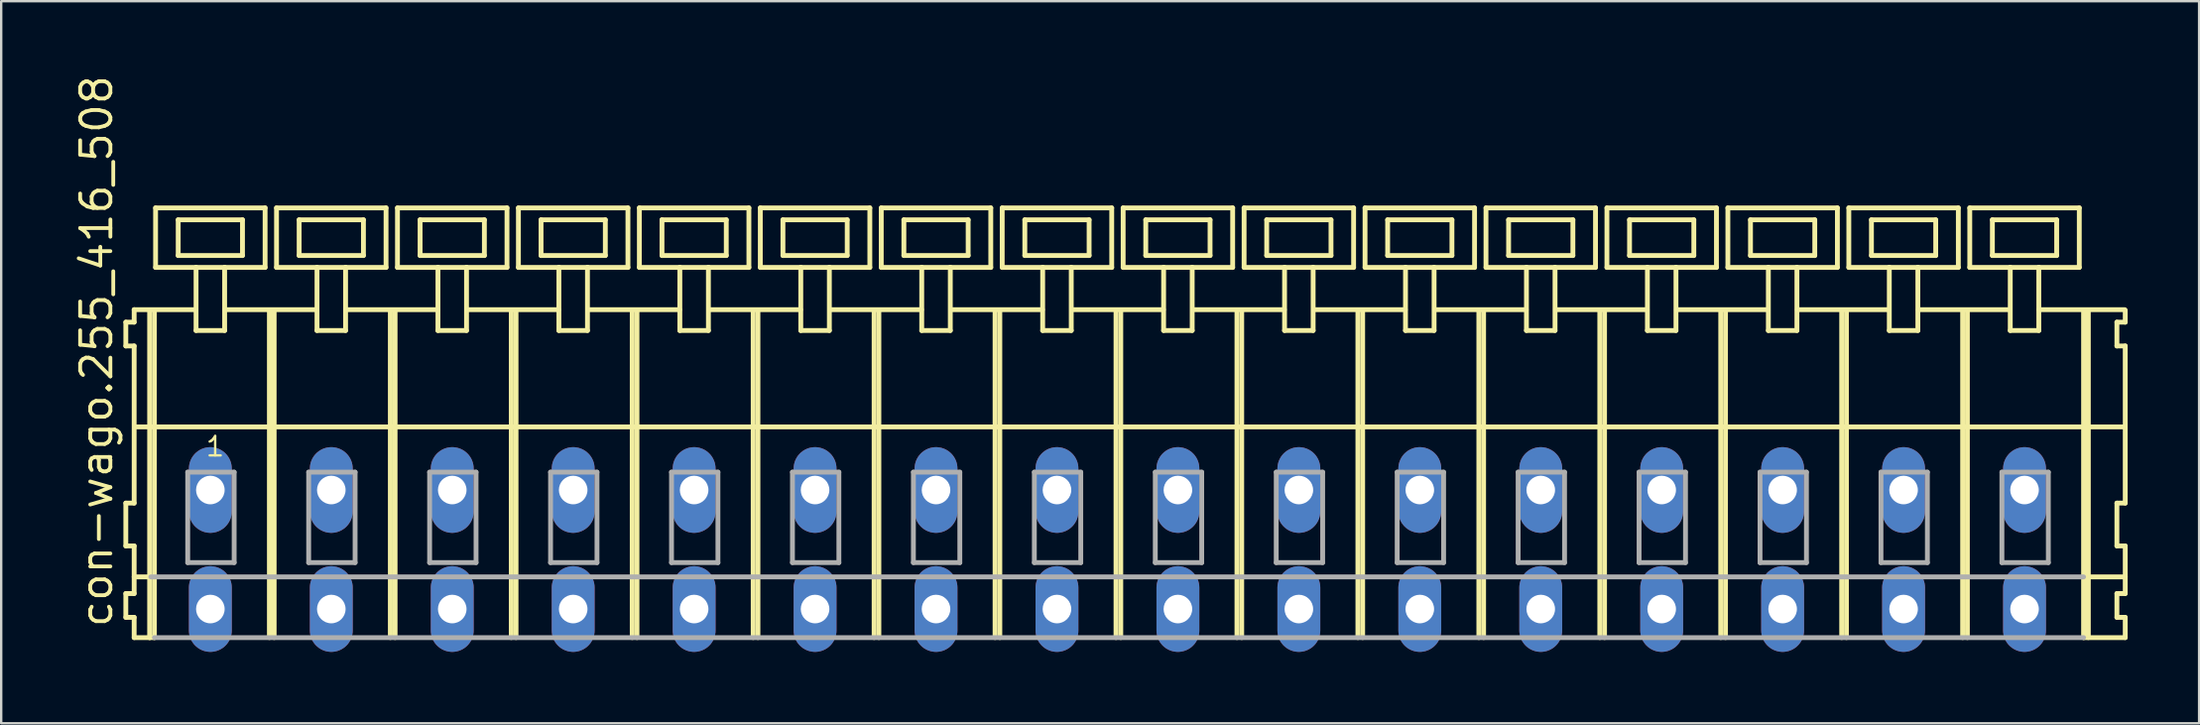
<source format=kicad_pcb>
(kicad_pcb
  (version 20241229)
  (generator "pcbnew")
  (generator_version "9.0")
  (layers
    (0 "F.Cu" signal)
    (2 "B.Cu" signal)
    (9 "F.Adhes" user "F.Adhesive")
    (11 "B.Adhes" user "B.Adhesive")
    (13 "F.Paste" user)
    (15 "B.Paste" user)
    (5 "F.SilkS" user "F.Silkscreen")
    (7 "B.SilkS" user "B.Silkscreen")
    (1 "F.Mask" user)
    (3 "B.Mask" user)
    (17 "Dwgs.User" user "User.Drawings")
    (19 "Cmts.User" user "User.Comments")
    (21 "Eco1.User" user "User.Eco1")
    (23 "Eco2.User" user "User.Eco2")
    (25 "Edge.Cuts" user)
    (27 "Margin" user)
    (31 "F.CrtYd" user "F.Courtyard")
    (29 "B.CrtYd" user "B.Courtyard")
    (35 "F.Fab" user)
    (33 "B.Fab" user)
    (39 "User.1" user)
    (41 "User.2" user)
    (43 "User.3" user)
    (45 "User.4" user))
  (footprint "con-wago.255_416_508"
    (layer "F.Cu")
    (at 43.885 17.533)
    (property "Reference" "con-wago.255_416_508" (at -42.135 5.855 90) (layer "F.SilkS") (effects (font (size 1.27 1.27) (thickness 0.16)) (justify left bottom)))
    (attr through_hole)
    (fp_line (start -41.65 -7.05) (end -41.65 -6.05) (stroke (width 0.203) (type default)) (layer "F.SilkS"))
    (fp_line (start -41.65 -6.05) (end -41.3 -6.05) (stroke (width 0.203) (type default)) (layer "F.SilkS"))
    (fp_line (start -41.65 0.55) (end -41.65 2.35) (stroke (width 0.203) (type default)) (layer "F.SilkS"))
    (fp_line (start -41.65 2.35) (end -41.3 2.35) (stroke (width 0.203) (type default)) (layer "F.SilkS"))
    (fp_line (start -41.65 4.35) (end -41.65 5.35) (stroke (width 0.203) (type default)) (layer "F.SilkS"))
    (fp_line (start -41.65 5.35) (end -41.3 5.35) (stroke (width 0.203) (type default)) (layer "F.SilkS"))
    (fp_line (start -41.3 -7.575) (end -41.3 -7.05) (stroke (width 0.203) (type default)) (layer "F.SilkS"))
    (fp_line (start -41.3 -7.575) (end -38.725 -7.575) (stroke (width 0.203) (type default)) (layer "F.SilkS"))
    (fp_line (start -41.3 -7.05) (end -41.65 -7.05) (stroke (width 0.203) (type default)) (layer "F.SilkS"))
    (fp_line (start -41.3 -6.05) (end -41.3 0.55) (stroke (width 0.203) (type default)) (layer "F.SilkS"))
    (fp_line (start -41.3 0.55) (end -41.65 0.55) (stroke (width 0.203) (type default)) (layer "F.SilkS"))
    (fp_line (start -41.3 2.35) (end -41.3 4.35) (stroke (width 0.203) (type default)) (layer "F.SilkS"))
    (fp_line (start -41.3 3.65) (end -40.6 3.65) (stroke (width 0.203) (type default)) (layer "F.SilkS"))
    (fp_line (start -41.3 4.35) (end -41.65 4.35) (stroke (width 0.203) (type default)) (layer "F.SilkS"))
    (fp_line (start -41.3 5.35) (end -41.3 6.2) (stroke (width 0.203) (type default)) (layer "F.SilkS"))
    (fp_line (start -41.3 6.2) (end -40.65 6.2) (stroke (width 0.203) (type default)) (layer "F.SilkS"))
    (fp_line (start -41.25 -2.65) (end 40.58 -2.65) (stroke (width 0.203) (type default)) (layer "F.SilkS"))
    (fp_line (start -40.65 -7.55) (end -40.65 6.2) (stroke (width 0.203) (type default)) (layer "F.SilkS"))
    (fp_line (start -40.65 6.2) (end -40.45 6.2) (stroke (width 0.203) (type default)) (layer "F.SilkS"))
    (fp_line (start -40.45 -7.55) (end -40.45 6.2) (stroke (width 0.203) (type default)) (layer "F.SilkS"))
    (fp_line (start -40.4 -11.85) (end -40.4 -9.35) (stroke (width 0.203) (type default)) (layer "F.SilkS"))
    (fp_line (start -40.4 -9.35) (end -38.7 -9.35) (stroke (width 0.203) (type default)) (layer "F.SilkS"))
    (fp_line (start -39.45 -11.35) (end -39.45 -9.85) (stroke (width 0.203) (type default)) (layer "F.SilkS"))
    (fp_line (start -39.45 -9.85) (end -36.75 -9.85) (stroke (width 0.203) (type default)) (layer "F.SilkS"))
    (fp_line (start -38.7 -9.35) (end -38.7 -6.7) (stroke (width 0.203) (type default)) (layer "F.SilkS"))
    (fp_line (start -38.7 -9.35) (end -37.5 -9.35) (stroke (width 0.203) (type default)) (layer "F.SilkS"))
    (fp_line (start -38.7 -6.7) (end -37.5 -6.7) (stroke (width 0.203) (type default)) (layer "F.SilkS"))
    (fp_line (start -37.5 -9.35) (end -35.8 -9.35) (stroke (width 0.203) (type default)) (layer "F.SilkS"))
    (fp_line (start -37.5 -6.7) (end -37.5 -9.35) (stroke (width 0.203) (type default)) (layer "F.SilkS"))
    (fp_line (start -37.475 -7.575) (end -33.641 -7.575) (stroke (width 0.203) (type default)) (layer "F.SilkS"))
    (fp_line (start -36.75 -11.35) (end -39.45 -11.35) (stroke (width 0.203) (type default)) (layer "F.SilkS"))
    (fp_line (start -36.75 -9.85) (end -36.75 -11.35) (stroke (width 0.203) (type default)) (layer "F.SilkS"))
    (fp_line (start -35.8 -11.85) (end -40.4 -11.85) (stroke (width 0.203) (type default)) (layer "F.SilkS"))
    (fp_line (start -35.8 -9.35) (end -35.8 -11.85) (stroke (width 0.203) (type default)) (layer "F.SilkS"))
    (fp_line (start -35.62 -7.55) (end -35.62 6.2) (stroke (width 0.203) (type default)) (layer "F.SilkS"))
    (fp_line (start -35.42 -7.55) (end -35.42 6.2) (stroke (width 0.203) (type default)) (layer "F.SilkS"))
    (fp_line (start -35.32 -11.85) (end -35.32 -9.35) (stroke (width 0.203) (type default)) (layer "F.SilkS"))
    (fp_line (start -35.32 -9.35) (end -33.62 -9.35) (stroke (width 0.203) (type default)) (layer "F.SilkS"))
    (fp_line (start -34.37 -11.35) (end -34.37 -9.85) (stroke (width 0.203) (type default)) (layer "F.SilkS"))
    (fp_line (start -34.37 -9.85) (end -31.67 -9.85) (stroke (width 0.203) (type default)) (layer "F.SilkS"))
    (fp_line (start -33.62 -9.35) (end -33.62 -6.7) (stroke (width 0.203) (type default)) (layer "F.SilkS"))
    (fp_line (start -33.62 -9.35) (end -32.42 -9.35) (stroke (width 0.203) (type default)) (layer "F.SilkS"))
    (fp_line (start -33.62 -6.7) (end -32.42 -6.7) (stroke (width 0.203) (type default)) (layer "F.SilkS"))
    (fp_line (start -32.42 -9.35) (end -30.72 -9.35) (stroke (width 0.203) (type default)) (layer "F.SilkS"))
    (fp_line (start -32.42 -6.7) (end -32.42 -9.35) (stroke (width 0.203) (type default)) (layer "F.SilkS"))
    (fp_line (start -32.395 -7.575) (end -28.55 -7.575) (stroke (width 0.203) (type default)) (layer "F.SilkS"))
    (fp_line (start -31.67 -11.35) (end -34.37 -11.35) (stroke (width 0.203) (type default)) (layer "F.SilkS"))
    (fp_line (start -31.67 -9.85) (end -31.67 -11.35) (stroke (width 0.203) (type default)) (layer "F.SilkS"))
    (fp_line (start -30.72 -11.85) (end -35.32 -11.85) (stroke (width 0.203) (type default)) (layer "F.SilkS"))
    (fp_line (start -30.72 -9.35) (end -30.72 -11.85) (stroke (width 0.203) (type default)) (layer "F.SilkS"))
    (fp_line (start -30.54 -7.55) (end -30.54 6.2) (stroke (width 0.203) (type default)) (layer "F.SilkS"))
    (fp_line (start -30.34 -7.55) (end -30.34 6.2) (stroke (width 0.203) (type default)) (layer "F.SilkS"))
    (fp_line (start -30.24 -11.85) (end -30.24 -9.35) (stroke (width 0.203) (type default)) (layer "F.SilkS"))
    (fp_line (start -30.24 -9.35) (end -28.54 -9.35) (stroke (width 0.203) (type default)) (layer "F.SilkS"))
    (fp_line (start -29.29 -11.35) (end -29.29 -9.85) (stroke (width 0.203) (type default)) (layer "F.SilkS"))
    (fp_line (start -29.29 -9.85) (end -26.59 -9.85) (stroke (width 0.203) (type default)) (layer "F.SilkS"))
    (fp_line (start -28.54 -9.35) (end -28.54 -6.7) (stroke (width 0.203) (type default)) (layer "F.SilkS"))
    (fp_line (start -28.54 -9.35) (end -27.34 -9.35) (stroke (width 0.203) (type default)) (layer "F.SilkS"))
    (fp_line (start -28.54 -6.7) (end -27.34 -6.7) (stroke (width 0.203) (type default)) (layer "F.SilkS"))
    (fp_line (start -27.34 -9.35) (end -25.64 -9.35) (stroke (width 0.203) (type default)) (layer "F.SilkS"))
    (fp_line (start -27.34 -6.7) (end -27.34 -9.35) (stroke (width 0.203) (type default)) (layer "F.SilkS"))
    (fp_line (start -27.315 -7.575) (end -23.47 -7.575) (stroke (width 0.203) (type default)) (layer "F.SilkS"))
    (fp_line (start -26.59 -11.35) (end -29.29 -11.35) (stroke (width 0.203) (type default)) (layer "F.SilkS"))
    (fp_line (start -26.59 -9.85) (end -26.59 -11.35) (stroke (width 0.203) (type default)) (layer "F.SilkS"))
    (fp_line (start -25.64 -11.85) (end -30.24 -11.85) (stroke (width 0.203) (type default)) (layer "F.SilkS"))
    (fp_line (start -25.64 -9.35) (end -25.64 -11.85) (stroke (width 0.203) (type default)) (layer "F.SilkS"))
    (fp_line (start -25.46 -7.55) (end -25.46 6.2) (stroke (width 0.203) (type default)) (layer "F.SilkS"))
    (fp_line (start -25.26 -7.55) (end -25.26 6.2) (stroke (width 0.203) (type default)) (layer "F.SilkS"))
    (fp_line (start -25.16 -11.85) (end -25.16 -9.35) (stroke (width 0.203) (type default)) (layer "F.SilkS"))
    (fp_line (start -25.16 -9.35) (end -23.46 -9.35) (stroke (width 0.203) (type default)) (layer "F.SilkS"))
    (fp_line (start -24.21 -11.35) (end -24.21 -9.85) (stroke (width 0.203) (type default)) (layer "F.SilkS"))
    (fp_line (start -24.21 -9.85) (end -21.51 -9.85) (stroke (width 0.203) (type default)) (layer "F.SilkS"))
    (fp_line (start -23.46 -9.35) (end -23.46 -6.7) (stroke (width 0.203) (type default)) (layer "F.SilkS"))
    (fp_line (start -23.46 -9.35) (end -22.26 -9.35) (stroke (width 0.203) (type default)) (layer "F.SilkS"))
    (fp_line (start -23.46 -6.7) (end -22.26 -6.7) (stroke (width 0.203) (type default)) (layer "F.SilkS"))
    (fp_line (start -22.26 -9.35) (end -20.56 -9.35) (stroke (width 0.203) (type default)) (layer "F.SilkS"))
    (fp_line (start -22.26 -6.7) (end -22.26 -9.35) (stroke (width 0.203) (type default)) (layer "F.SilkS"))
    (fp_line (start -22.235 -7.575) (end -18.39 -7.575) (stroke (width 0.203) (type default)) (layer "F.SilkS"))
    (fp_line (start -21.51 -11.35) (end -24.21 -11.35) (stroke (width 0.203) (type default)) (layer "F.SilkS"))
    (fp_line (start -21.51 -9.85) (end -21.51 -11.35) (stroke (width 0.203) (type default)) (layer "F.SilkS"))
    (fp_line (start -20.56 -11.85) (end -25.16 -11.85) (stroke (width 0.203) (type default)) (layer "F.SilkS"))
    (fp_line (start -20.56 -9.35) (end -20.56 -11.85) (stroke (width 0.203) (type default)) (layer "F.SilkS"))
    (fp_line (start -20.38 -7.55) (end -20.38 6.2) (stroke (width 0.203) (type default)) (layer "F.SilkS"))
    (fp_line (start -20.18 -7.55) (end -20.18 6.2) (stroke (width 0.203) (type default)) (layer "F.SilkS"))
    (fp_line (start -20.08 -11.85) (end -20.08 -9.35) (stroke (width 0.203) (type default)) (layer "F.SilkS"))
    (fp_line (start -20.08 -9.35) (end -18.38 -9.35) (stroke (width 0.203) (type default)) (layer "F.SilkS"))
    (fp_line (start -19.13 -11.35) (end -19.13 -9.85) (stroke (width 0.203) (type default)) (layer "F.SilkS"))
    (fp_line (start -19.13 -9.85) (end -16.43 -9.85) (stroke (width 0.203) (type default)) (layer "F.SilkS"))
    (fp_line (start -18.38 -9.35) (end -18.38 -6.7) (stroke (width 0.203) (type default)) (layer "F.SilkS"))
    (fp_line (start -18.38 -9.35) (end -17.18 -9.35) (stroke (width 0.203) (type default)) (layer "F.SilkS"))
    (fp_line (start -18.38 -6.7) (end -17.18 -6.7) (stroke (width 0.203) (type default)) (layer "F.SilkS"))
    (fp_line (start -17.18 -9.35) (end -15.48 -9.35) (stroke (width 0.203) (type default)) (layer "F.SilkS"))
    (fp_line (start -17.18 -6.7) (end -17.18 -9.35) (stroke (width 0.203) (type default)) (layer "F.SilkS"))
    (fp_line (start -17.155 -7.575) (end -13.31 -7.575) (stroke (width 0.203) (type default)) (layer "F.SilkS"))
    (fp_line (start -16.43 -11.35) (end -19.13 -11.35) (stroke (width 0.203) (type default)) (layer "F.SilkS"))
    (fp_line (start -16.43 -9.85) (end -16.43 -11.35) (stroke (width 0.203) (type default)) (layer "F.SilkS"))
    (fp_line (start -15.48 -11.85) (end -20.08 -11.85) (stroke (width 0.203) (type default)) (layer "F.SilkS"))
    (fp_line (start -15.48 -9.35) (end -15.48 -11.85) (stroke (width 0.203) (type default)) (layer "F.SilkS"))
    (fp_line (start -15.3 -7.55) (end -15.3 6.2) (stroke (width 0.203) (type default)) (layer "F.SilkS"))
    (fp_line (start -15.1 -7.55) (end -15.1 6.2) (stroke (width 0.203) (type default)) (layer "F.SilkS"))
    (fp_line (start -15 -11.85) (end -15 -9.35) (stroke (width 0.203) (type default)) (layer "F.SilkS"))
    (fp_line (start -15 -9.35) (end -13.3 -9.35) (stroke (width 0.203) (type default)) (layer "F.SilkS"))
    (fp_line (start -14.05 -11.35) (end -14.05 -9.85) (stroke (width 0.203) (type default)) (layer "F.SilkS"))
    (fp_line (start -14.05 -9.85) (end -11.35 -9.85) (stroke (width 0.203) (type default)) (layer "F.SilkS"))
    (fp_line (start -13.3 -9.35) (end -13.3 -6.7) (stroke (width 0.203) (type default)) (layer "F.SilkS"))
    (fp_line (start -13.3 -9.35) (end -12.1 -9.35) (stroke (width 0.203) (type default)) (layer "F.SilkS"))
    (fp_line (start -13.3 -6.7) (end -12.1 -6.7) (stroke (width 0.203) (type default)) (layer "F.SilkS"))
    (fp_line (start -12.1 -9.35) (end -10.4 -9.35) (stroke (width 0.203) (type default)) (layer "F.SilkS"))
    (fp_line (start -12.1 -6.7) (end -12.1 -9.35) (stroke (width 0.203) (type default)) (layer "F.SilkS"))
    (fp_line (start -12.075 -7.575) (end -8.23 -7.575) (stroke (width 0.203) (type default)) (layer "F.SilkS"))
    (fp_line (start -11.35 -11.35) (end -14.05 -11.35) (stroke (width 0.203) (type default)) (layer "F.SilkS"))
    (fp_line (start -11.35 -9.85) (end -11.35 -11.35) (stroke (width 0.203) (type default)) (layer "F.SilkS"))
    (fp_line (start -10.4 -11.85) (end -15 -11.85) (stroke (width 0.203) (type default)) (layer "F.SilkS"))
    (fp_line (start -10.4 -9.35) (end -10.4 -11.85) (stroke (width 0.203) (type default)) (layer "F.SilkS"))
    (fp_line (start -10.22 -7.55) (end -10.22 6.2) (stroke (width 0.203) (type default)) (layer "F.SilkS"))
    (fp_line (start -10.02 -7.55) (end -10.02 6.2) (stroke (width 0.203) (type default)) (layer "F.SilkS"))
    (fp_line (start -9.92 -11.85) (end -9.92 -9.35) (stroke (width 0.203) (type default)) (layer "F.SilkS"))
    (fp_line (start -9.92 -9.35) (end -8.22 -9.35) (stroke (width 0.203) (type default)) (layer "F.SilkS"))
    (fp_line (start -8.97 -11.35) (end -8.97 -9.85) (stroke (width 0.203) (type default)) (layer "F.SilkS"))
    (fp_line (start -8.97 -9.85) (end -6.27 -9.85) (stroke (width 0.203) (type default)) (layer "F.SilkS"))
    (fp_line (start -8.22 -9.35) (end -8.22 -6.7) (stroke (width 0.203) (type default)) (layer "F.SilkS"))
    (fp_line (start -8.22 -9.35) (end -7.02 -9.35) (stroke (width 0.203) (type default)) (layer "F.SilkS"))
    (fp_line (start -8.22 -6.7) (end -7.02 -6.7) (stroke (width 0.203) (type default)) (layer "F.SilkS"))
    (fp_line (start -7.02 -9.35) (end -5.32 -9.35) (stroke (width 0.203) (type default)) (layer "F.SilkS"))
    (fp_line (start -7.02 -6.7) (end -7.02 -9.35) (stroke (width 0.203) (type default)) (layer "F.SilkS"))
    (fp_line (start -6.995 -7.575) (end -3.15 -7.575) (stroke (width 0.203) (type default)) (layer "F.SilkS"))
    (fp_line (start -6.27 -11.35) (end -8.97 -11.35) (stroke (width 0.203) (type default)) (layer "F.SilkS"))
    (fp_line (start -6.27 -9.85) (end -6.27 -11.35) (stroke (width 0.203) (type default)) (layer "F.SilkS"))
    (fp_line (start -5.32 -11.85) (end -9.92 -11.85) (stroke (width 0.203) (type default)) (layer "F.SilkS"))
    (fp_line (start -5.32 -9.35) (end -5.32 -11.85) (stroke (width 0.203) (type default)) (layer "F.SilkS"))
    (fp_line (start -5.14 -7.55) (end -5.14 6.2) (stroke (width 0.203) (type default)) (layer "F.SilkS"))
    (fp_line (start -4.94 -7.55) (end -4.94 6.2) (stroke (width 0.203) (type default)) (layer "F.SilkS"))
    (fp_line (start -4.84 -11.85) (end -4.84 -9.35) (stroke (width 0.203) (type default)) (layer "F.SilkS"))
    (fp_line (start -4.84 -9.35) (end -3.14 -9.35) (stroke (width 0.203) (type default)) (layer "F.SilkS"))
    (fp_line (start -3.89 -11.35) (end -3.89 -9.85) (stroke (width 0.203) (type default)) (layer "F.SilkS"))
    (fp_line (start -3.89 -9.85) (end -1.19 -9.85) (stroke (width 0.203) (type default)) (layer "F.SilkS"))
    (fp_line (start -3.14 -9.35) (end -3.14 -6.7) (stroke (width 0.203) (type default)) (layer "F.SilkS"))
    (fp_line (start -3.14 -9.35) (end -1.94 -9.35) (stroke (width 0.203) (type default)) (layer "F.SilkS"))
    (fp_line (start -3.14 -6.7) (end -1.94 -6.7) (stroke (width 0.203) (type default)) (layer "F.SilkS"))
    (fp_line (start -1.94 -9.35) (end -0.24 -9.35) (stroke (width 0.203) (type default)) (layer "F.SilkS"))
    (fp_line (start -1.94 -6.7) (end -1.94 -9.35) (stroke (width 0.203) (type default)) (layer "F.SilkS"))
    (fp_line (start -1.915 -7.575) (end 1.93 -7.575) (stroke (width 0.203) (type default)) (layer "F.SilkS"))
    (fp_line (start -1.19 -11.35) (end -3.89 -11.35) (stroke (width 0.203) (type default)) (layer "F.SilkS"))
    (fp_line (start -1.19 -9.85) (end -1.19 -11.35) (stroke (width 0.203) (type default)) (layer "F.SilkS"))
    (fp_line (start -0.24 -11.85) (end -4.84 -11.85) (stroke (width 0.203) (type default)) (layer "F.SilkS"))
    (fp_line (start -0.24 -9.35) (end -0.24 -11.85) (stroke (width 0.203) (type default)) (layer "F.SilkS"))
    (fp_line (start -0.06 -7.55) (end -0.06 6.2) (stroke (width 0.203) (type default)) (layer "F.SilkS"))
    (fp_line (start 0.14 -7.55) (end 0.14 6.2) (stroke (width 0.203) (type default)) (layer "F.SilkS"))
    (fp_line (start 0.24 -11.85) (end 0.24 -9.35) (stroke (width 0.203) (type default)) (layer "F.SilkS"))
    (fp_line (start 0.24 -9.35) (end 1.94 -9.35) (stroke (width 0.203) (type default)) (layer "F.SilkS"))
    (fp_line (start 1.19 -11.35) (end 1.19 -9.85) (stroke (width 0.203) (type default)) (layer "F.SilkS"))
    (fp_line (start 1.19 -9.85) (end 3.89 -9.85) (stroke (width 0.203) (type default)) (layer "F.SilkS"))
    (fp_line (start 1.94 -9.35) (end 1.94 -6.7) (stroke (width 0.203) (type default)) (layer "F.SilkS"))
    (fp_line (start 1.94 -9.35) (end 3.14 -9.35) (stroke (width 0.203) (type default)) (layer "F.SilkS"))
    (fp_line (start 1.94 -6.7) (end 3.14 -6.7) (stroke (width 0.203) (type default)) (layer "F.SilkS"))
    (fp_line (start 3.14 -9.35) (end 4.84 -9.35) (stroke (width 0.203) (type default)) (layer "F.SilkS"))
    (fp_line (start 3.14 -6.7) (end 3.14 -9.35) (stroke (width 0.203) (type default)) (layer "F.SilkS"))
    (fp_line (start 3.165 -7.575) (end 7.01 -7.575) (stroke (width 0.203) (type default)) (layer "F.SilkS"))
    (fp_line (start 3.89 -11.35) (end 1.19 -11.35) (stroke (width 0.203) (type default)) (layer "F.SilkS"))
    (fp_line (start 3.89 -9.85) (end 3.89 -11.35) (stroke (width 0.203) (type default)) (layer "F.SilkS"))
    (fp_line (start 4.84 -11.85) (end 0.24 -11.85) (stroke (width 0.203) (type default)) (layer "F.SilkS"))
    (fp_line (start 4.84 -9.35) (end 4.84 -11.85) (stroke (width 0.203) (type default)) (layer "F.SilkS"))
    (fp_line (start 5.02 -7.55) (end 5.02 6.2) (stroke (width 0.203) (type default)) (layer "F.SilkS"))
    (fp_line (start 5.22 -7.55) (end 5.22 6.2) (stroke (width 0.203) (type default)) (layer "F.SilkS"))
    (fp_line (start 5.32 -11.85) (end 5.32 -9.35) (stroke (width 0.203) (type default)) (layer "F.SilkS"))
    (fp_line (start 5.32 -9.35) (end 7.02 -9.35) (stroke (width 0.203) (type default)) (layer "F.SilkS"))
    (fp_line (start 6.27 -11.35) (end 6.27 -9.85) (stroke (width 0.203) (type default)) (layer "F.SilkS"))
    (fp_line (start 6.27 -9.85) (end 8.97 -9.85) (stroke (width 0.203) (type default)) (layer "F.SilkS"))
    (fp_line (start 7.02 -9.35) (end 7.02 -6.7) (stroke (width 0.203) (type default)) (layer "F.SilkS"))
    (fp_line (start 7.02 -9.35) (end 8.22 -9.35) (stroke (width 0.203) (type default)) (layer "F.SilkS"))
    (fp_line (start 7.02 -6.7) (end 8.22 -6.7) (stroke (width 0.203) (type default)) (layer "F.SilkS"))
    (fp_line (start 8.22 -9.35) (end 9.92 -9.35) (stroke (width 0.203) (type default)) (layer "F.SilkS"))
    (fp_line (start 8.22 -6.7) (end 8.22 -9.35) (stroke (width 0.203) (type default)) (layer "F.SilkS"))
    (fp_line (start 8.245 -7.575) (end 12.09 -7.575) (stroke (width 0.203) (type default)) (layer "F.SilkS"))
    (fp_line (start 8.97 -11.35) (end 6.27 -11.35) (stroke (width 0.203) (type default)) (layer "F.SilkS"))
    (fp_line (start 8.97 -9.85) (end 8.97 -11.35) (stroke (width 0.203) (type default)) (layer "F.SilkS"))
    (fp_line (start 9.92 -11.85) (end 5.32 -11.85) (stroke (width 0.203) (type default)) (layer "F.SilkS"))
    (fp_line (start 9.92 -9.35) (end 9.92 -11.85) (stroke (width 0.203) (type default)) (layer "F.SilkS"))
    (fp_line (start 10.1 -7.55) (end 10.1 6.2) (stroke (width 0.203) (type default)) (layer "F.SilkS"))
    (fp_line (start 10.3 -7.55) (end 10.3 6.2) (stroke (width 0.203) (type default)) (layer "F.SilkS"))
    (fp_line (start 10.4 -11.85) (end 10.4 -9.35) (stroke (width 0.203) (type default)) (layer "F.SilkS"))
    (fp_line (start 10.4 -9.35) (end 12.1 -9.35) (stroke (width 0.203) (type default)) (layer "F.SilkS"))
    (fp_line (start 11.35 -11.35) (end 11.35 -9.85) (stroke (width 0.203) (type default)) (layer "F.SilkS"))
    (fp_line (start 11.35 -9.85) (end 14.05 -9.85) (stroke (width 0.203) (type default)) (layer "F.SilkS"))
    (fp_line (start 12.1 -9.35) (end 12.1 -6.7) (stroke (width 0.203) (type default)) (layer "F.SilkS"))
    (fp_line (start 12.1 -9.35) (end 13.3 -9.35) (stroke (width 0.203) (type default)) (layer "F.SilkS"))
    (fp_line (start 12.1 -6.7) (end 13.3 -6.7) (stroke (width 0.203) (type default)) (layer "F.SilkS"))
    (fp_line (start 13.3 -9.35) (end 15 -9.35) (stroke (width 0.203) (type default)) (layer "F.SilkS"))
    (fp_line (start 13.3 -6.7) (end 13.3 -9.35) (stroke (width 0.203) (type default)) (layer "F.SilkS"))
    (fp_line (start 13.325 -7.575) (end 17.17 -7.575) (stroke (width 0.203) (type default)) (layer "F.SilkS"))
    (fp_line (start 14.05 -11.35) (end 11.35 -11.35) (stroke (width 0.203) (type default)) (layer "F.SilkS"))
    (fp_line (start 14.05 -9.85) (end 14.05 -11.35) (stroke (width 0.203) (type default)) (layer "F.SilkS"))
    (fp_line (start 15 -11.85) (end 10.4 -11.85) (stroke (width 0.203) (type default)) (layer "F.SilkS"))
    (fp_line (start 15 -9.35) (end 15 -11.85) (stroke (width 0.203) (type default)) (layer "F.SilkS"))
    (fp_line (start 15.18 -7.55) (end 15.18 6.2) (stroke (width 0.203) (type default)) (layer "F.SilkS"))
    (fp_line (start 15.38 -7.55) (end 15.38 6.2) (stroke (width 0.203) (type default)) (layer "F.SilkS"))
    (fp_line (start 15.48 -11.85) (end 15.48 -9.35) (stroke (width 0.203) (type default)) (layer "F.SilkS"))
    (fp_line (start 15.48 -9.35) (end 17.18 -9.35) (stroke (width 0.203) (type default)) (layer "F.SilkS"))
    (fp_line (start 16.43 -11.35) (end 16.43 -9.85) (stroke (width 0.203) (type default)) (layer "F.SilkS"))
    (fp_line (start 16.43 -9.85) (end 19.13 -9.85) (stroke (width 0.203) (type default)) (layer "F.SilkS"))
    (fp_line (start 17.18 -9.35) (end 17.18 -6.7) (stroke (width 0.203) (type default)) (layer "F.SilkS"))
    (fp_line (start 17.18 -9.35) (end 18.38 -9.35) (stroke (width 0.203) (type default)) (layer "F.SilkS"))
    (fp_line (start 17.18 -6.7) (end 18.38 -6.7) (stroke (width 0.203) (type default)) (layer "F.SilkS"))
    (fp_line (start 18.38 -9.35) (end 20.08 -9.35) (stroke (width 0.203) (type default)) (layer "F.SilkS"))
    (fp_line (start 18.38 -6.7) (end 18.38 -9.35) (stroke (width 0.203) (type default)) (layer "F.SilkS"))
    (fp_line (start 18.405 -7.575) (end 22.25 -7.575) (stroke (width 0.203) (type default)) (layer "F.SilkS"))
    (fp_line (start 19.13 -11.35) (end 16.43 -11.35) (stroke (width 0.203) (type default)) (layer "F.SilkS"))
    (fp_line (start 19.13 -9.85) (end 19.13 -11.35) (stroke (width 0.203) (type default)) (layer "F.SilkS"))
    (fp_line (start 20.08 -11.85) (end 15.48 -11.85) (stroke (width 0.203) (type default)) (layer "F.SilkS"))
    (fp_line (start 20.08 -9.35) (end 20.08 -11.85) (stroke (width 0.203) (type default)) (layer "F.SilkS"))
    (fp_line (start 20.26 -7.55) (end 20.26 6.2) (stroke (width 0.203) (type default)) (layer "F.SilkS"))
    (fp_line (start 20.46 -7.55) (end 20.46 6.2) (stroke (width 0.203) (type default)) (layer "F.SilkS"))
    (fp_line (start 20.56 -11.85) (end 20.56 -9.35) (stroke (width 0.203) (type default)) (layer "F.SilkS"))
    (fp_line (start 20.56 -9.35) (end 22.26 -9.35) (stroke (width 0.203) (type default)) (layer "F.SilkS"))
    (fp_line (start 21.51 -11.35) (end 21.51 -9.85) (stroke (width 0.203) (type default)) (layer "F.SilkS"))
    (fp_line (start 21.51 -9.85) (end 24.21 -9.85) (stroke (width 0.203) (type default)) (layer "F.SilkS"))
    (fp_line (start 22.26 -9.35) (end 22.26 -6.7) (stroke (width 0.203) (type default)) (layer "F.SilkS"))
    (fp_line (start 22.26 -9.35) (end 23.46 -9.35) (stroke (width 0.203) (type default)) (layer "F.SilkS"))
    (fp_line (start 22.26 -6.7) (end 23.46 -6.7) (stroke (width 0.203) (type default)) (layer "F.SilkS"))
    (fp_line (start 23.46 -9.35) (end 25.16 -9.35) (stroke (width 0.203) (type default)) (layer "F.SilkS"))
    (fp_line (start 23.46 -6.7) (end 23.46 -9.35) (stroke (width 0.203) (type default)) (layer "F.SilkS"))
    (fp_line (start 23.485 -7.575) (end 27.33 -7.575) (stroke (width 0.203) (type default)) (layer "F.SilkS"))
    (fp_line (start 24.21 -11.35) (end 21.51 -11.35) (stroke (width 0.203) (type default)) (layer "F.SilkS"))
    (fp_line (start 24.21 -9.85) (end 24.21 -11.35) (stroke (width 0.203) (type default)) (layer "F.SilkS"))
    (fp_line (start 25.16 -11.85) (end 20.56 -11.85) (stroke (width 0.203) (type default)) (layer "F.SilkS"))
    (fp_line (start 25.16 -9.35) (end 25.16 -11.85) (stroke (width 0.203) (type default)) (layer "F.SilkS"))
    (fp_line (start 25.34 -7.55) (end 25.34 6.2) (stroke (width 0.203) (type default)) (layer "F.SilkS"))
    (fp_line (start 25.54 -7.55) (end 25.54 6.2) (stroke (width 0.203) (type default)) (layer "F.SilkS"))
    (fp_line (start 25.64 -11.85) (end 25.64 -9.35) (stroke (width 0.203) (type default)) (layer "F.SilkS"))
    (fp_line (start 25.64 -9.35) (end 27.34 -9.35) (stroke (width 0.203) (type default)) (layer "F.SilkS"))
    (fp_line (start 26.59 -11.35) (end 26.59 -9.85) (stroke (width 0.203) (type default)) (layer "F.SilkS"))
    (fp_line (start 26.59 -9.85) (end 29.29 -9.85) (stroke (width 0.203) (type default)) (layer "F.SilkS"))
    (fp_line (start 27.34 -9.35) (end 27.34 -6.7) (stroke (width 0.203) (type default)) (layer "F.SilkS"))
    (fp_line (start 27.34 -9.35) (end 28.54 -9.35) (stroke (width 0.203) (type default)) (layer "F.SilkS"))
    (fp_line (start 27.34 -6.7) (end 28.54 -6.7) (stroke (width 0.203) (type default)) (layer "F.SilkS"))
    (fp_line (start 28.54 -9.35) (end 30.24 -9.35) (stroke (width 0.203) (type default)) (layer "F.SilkS"))
    (fp_line (start 28.54 -6.7) (end 28.54 -9.35) (stroke (width 0.203) (type default)) (layer "F.SilkS"))
    (fp_line (start 28.565 -7.575) (end 32.41 -7.575) (stroke (width 0.203) (type default)) (layer "F.SilkS"))
    (fp_line (start 29.29 -11.35) (end 26.59 -11.35) (stroke (width 0.203) (type default)) (layer "F.SilkS"))
    (fp_line (start 29.29 -9.85) (end 29.29 -11.35) (stroke (width 0.203) (type default)) (layer "F.SilkS"))
    (fp_line (start 30.24 -11.85) (end 25.64 -11.85) (stroke (width 0.203) (type default)) (layer "F.SilkS"))
    (fp_line (start 30.24 -9.35) (end 30.24 -11.85) (stroke (width 0.203) (type default)) (layer "F.SilkS"))
    (fp_line (start 30.42 -7.55) (end 30.42 6.2) (stroke (width 0.203) (type default)) (layer "F.SilkS"))
    (fp_line (start 30.62 -7.55) (end 30.62 6.2) (stroke (width 0.203) (type default)) (layer "F.SilkS"))
    (fp_line (start 30.72 -11.85) (end 30.72 -9.35) (stroke (width 0.203) (type default)) (layer "F.SilkS"))
    (fp_line (start 30.72 -9.35) (end 32.42 -9.35) (stroke (width 0.203) (type default)) (layer "F.SilkS"))
    (fp_line (start 31.67 -11.35) (end 31.67 -9.85) (stroke (width 0.203) (type default)) (layer "F.SilkS"))
    (fp_line (start 31.67 -9.85) (end 34.37 -9.85) (stroke (width 0.203) (type default)) (layer "F.SilkS"))
    (fp_line (start 32.42 -9.35) (end 32.42 -6.7) (stroke (width 0.203) (type default)) (layer "F.SilkS"))
    (fp_line (start 32.42 -9.35) (end 33.62 -9.35) (stroke (width 0.203) (type default)) (layer "F.SilkS"))
    (fp_line (start 32.42 -6.7) (end 33.62 -6.7) (stroke (width 0.203) (type default)) (layer "F.SilkS"))
    (fp_line (start 33.62 -9.35) (end 35.32 -9.35) (stroke (width 0.203) (type default)) (layer "F.SilkS"))
    (fp_line (start 33.62 -6.7) (end 33.62 -9.35) (stroke (width 0.203) (type default)) (layer "F.SilkS"))
    (fp_line (start 33.645 -7.575) (end 37.49 -7.575) (stroke (width 0.203) (type default)) (layer "F.SilkS"))
    (fp_line (start 34.37 -11.35) (end 31.67 -11.35) (stroke (width 0.203) (type default)) (layer "F.SilkS"))
    (fp_line (start 34.37 -9.85) (end 34.37 -11.35) (stroke (width 0.203) (type default)) (layer "F.SilkS"))
    (fp_line (start 35.32 -11.85) (end 30.72 -11.85) (stroke (width 0.203) (type default)) (layer "F.SilkS"))
    (fp_line (start 35.32 -9.35) (end 35.32 -11.85) (stroke (width 0.203) (type default)) (layer "F.SilkS"))
    (fp_line (start 35.5 -7.55) (end 35.5 6.2) (stroke (width 0.203) (type default)) (layer "F.SilkS"))
    (fp_line (start 35.7 -7.55) (end 35.7 6.2) (stroke (width 0.203) (type default)) (layer "F.SilkS"))
    (fp_line (start 35.8 -11.85) (end 35.8 -9.35) (stroke (width 0.203) (type default)) (layer "F.SilkS"))
    (fp_line (start 35.8 -9.35) (end 37.5 -9.35) (stroke (width 0.203) (type default)) (layer "F.SilkS"))
    (fp_line (start 36.75 -11.35) (end 36.75 -9.85) (stroke (width 0.203) (type default)) (layer "F.SilkS"))
    (fp_line (start 36.75 -9.85) (end 39.45 -9.85) (stroke (width 0.203) (type default)) (layer "F.SilkS"))
    (fp_line (start 37.5 -9.35) (end 37.5 -6.7) (stroke (width 0.203) (type default)) (layer "F.SilkS"))
    (fp_line (start 37.5 -9.35) (end 38.7 -9.35) (stroke (width 0.203) (type default)) (layer "F.SilkS"))
    (fp_line (start 37.5 -6.7) (end 38.7 -6.7) (stroke (width 0.203) (type default)) (layer "F.SilkS"))
    (fp_line (start 38.7 -9.35) (end 40.4 -9.35) (stroke (width 0.203) (type default)) (layer "F.SilkS"))
    (fp_line (start 38.7 -6.7) (end 38.7 -9.35) (stroke (width 0.203) (type default)) (layer "F.SilkS"))
    (fp_line (start 38.71 -7.575) (end 42.305 -7.575) (stroke (width 0.203) (type default)) (layer "F.SilkS"))
    (fp_line (start 39.45 -11.35) (end 36.75 -11.35) (stroke (width 0.203) (type default)) (layer "F.SilkS"))
    (fp_line (start 39.45 -9.85) (end 39.45 -11.35) (stroke (width 0.203) (type default)) (layer "F.SilkS"))
    (fp_line (start 40.4 -11.85) (end 35.8 -11.85) (stroke (width 0.203) (type default)) (layer "F.SilkS"))
    (fp_line (start 40.4 -9.35) (end 40.4 -11.85) (stroke (width 0.203) (type default)) (layer "F.SilkS"))
    (fp_line (start 40.58 -7.55) (end 40.58 -2.65) (stroke (width 0.203) (type default)) (layer "F.SilkS"))
    (fp_line (start 40.58 -2.65) (end 40.58 6.2) (stroke (width 0.203) (type default)) (layer "F.SilkS"))
    (fp_line (start 40.58 -2.65) (end 42.28 -2.65) (stroke (width 0.203) (type default)) (layer "F.SilkS"))
    (fp_line (start 40.58 6.2) (end 42.33 6.2) (stroke (width 0.203) (type default)) (layer "F.SilkS"))
    (fp_line (start 40.63 3.65) (end 42.33 3.65) (stroke (width 0.203) (type default)) (layer "F.SilkS"))
    (fp_line (start 40.78 -7.55) (end 40.78 6.2) (stroke (width 0.203) (type default)) (layer "F.SilkS"))
    (fp_line (start 41.98 -7.05) (end 41.98 -6.05) (stroke (width 0.203) (type default)) (layer "F.SilkS"))
    (fp_line (start 41.98 -6.05) (end 42.33 -6.05) (stroke (width 0.203) (type default)) (layer "F.SilkS"))
    (fp_line (start 41.98 0.55) (end 41.98 2.35) (stroke (width 0.203) (type default)) (layer "F.SilkS"))
    (fp_line (start 41.98 2.35) (end 42.33 2.35) (stroke (width 0.203) (type default)) (layer "F.SilkS"))
    (fp_line (start 41.98 4.35) (end 41.98 5.35) (stroke (width 0.203) (type default)) (layer "F.SilkS"))
    (fp_line (start 41.98 5.35) (end 42.33 5.35) (stroke (width 0.203) (type default)) (layer "F.SilkS"))
    (fp_line (start 42.33 -7.05) (end 41.98 -7.05) (stroke (width 0.203) (type default)) (layer "F.SilkS"))
    (fp_line (start 42.33 -7.05) (end 42.33 -7.55) (stroke (width 0.203) (type default)) (layer "F.SilkS"))
    (fp_line (start 42.33 0.55) (end 41.98 0.55) (stroke (width 0.203) (type default)) (layer "F.SilkS"))
    (fp_line (start 42.33 0.55) (end 42.33 -6.05) (stroke (width 0.203) (type default)) (layer "F.SilkS"))
    (fp_line (start 42.33 3.65) (end 42.33 2.35) (stroke (width 0.203) (type default)) (layer "F.SilkS"))
    (fp_line (start 42.33 4.35) (end 41.98 4.35) (stroke (width 0.203) (type default)) (layer "F.SilkS"))
    (fp_line (start 42.33 4.35) (end 42.33 3.65) (stroke (width 0.203) (type default)) (layer "F.SilkS"))
    (fp_line (start 42.33 6.2) (end 42.33 5.35) (stroke (width 0.203) (type default)) (layer "F.SilkS"))
    (fp_line (start -40.6 3.65) (end 40.58 3.65) (stroke (width 0.203) (type default)) (layer "F.Fab"))
    (fp_line (start -40.45 6.2) (end 40.58 6.2) (stroke (width 0.203) (type default)) (layer "F.Fab"))
    (fp_line (start -39.05 -0.75) (end -39.05 3.05) (stroke (width 0.203) (type default)) (layer "F.Fab"))
    (fp_line (start -39.05 3.05) (end -37.1 3.05) (stroke (width 0.203) (type default)) (layer "F.Fab"))
    (fp_line (start -37.1 -0.75) (end -39.05 -0.75) (stroke (width 0.203) (type default)) (layer "F.Fab"))
    (fp_line (start -37.1 3.05) (end -37.1 -0.75) (stroke (width 0.203) (type default)) (layer "F.Fab"))
    (fp_line (start -33.97 -0.75) (end -33.97 3.05) (stroke (width 0.203) (type default)) (layer "F.Fab"))
    (fp_line (start -33.97 3.05) (end -32.02 3.05) (stroke (width 0.203) (type default)) (layer "F.Fab"))
    (fp_line (start -32.02 -0.75) (end -33.97 -0.75) (stroke (width 0.203) (type default)) (layer "F.Fab"))
    (fp_line (start -32.02 3.05) (end -32.02 -0.75) (stroke (width 0.203) (type default)) (layer "F.Fab"))
    (fp_line (start -28.89 -0.75) (end -28.89 3.05) (stroke (width 0.203) (type default)) (layer "F.Fab"))
    (fp_line (start -28.89 3.05) (end -26.94 3.05) (stroke (width 0.203) (type default)) (layer "F.Fab"))
    (fp_line (start -26.94 -0.75) (end -28.89 -0.75) (stroke (width 0.203) (type default)) (layer "F.Fab"))
    (fp_line (start -26.94 3.05) (end -26.94 -0.75) (stroke (width 0.203) (type default)) (layer "F.Fab"))
    (fp_line (start -23.81 -0.75) (end -23.81 3.05) (stroke (width 0.203) (type default)) (layer "F.Fab"))
    (fp_line (start -23.81 3.05) (end -21.86 3.05) (stroke (width 0.203) (type default)) (layer "F.Fab"))
    (fp_line (start -21.86 -0.75) (end -23.81 -0.75) (stroke (width 0.203) (type default)) (layer "F.Fab"))
    (fp_line (start -21.86 3.05) (end -21.86 -0.75) (stroke (width 0.203) (type default)) (layer "F.Fab"))
    (fp_line (start -18.73 -0.75) (end -18.73 3.05) (stroke (width 0.203) (type default)) (layer "F.Fab"))
    (fp_line (start -18.73 3.05) (end -16.78 3.05) (stroke (width 0.203) (type default)) (layer "F.Fab"))
    (fp_line (start -16.78 -0.75) (end -18.73 -0.75) (stroke (width 0.203) (type default)) (layer "F.Fab"))
    (fp_line (start -16.78 3.05) (end -16.78 -0.75) (stroke (width 0.203) (type default)) (layer "F.Fab"))
    (fp_line (start -13.65 -0.75) (end -13.65 3.05) (stroke (width 0.203) (type default)) (layer "F.Fab"))
    (fp_line (start -13.65 3.05) (end -11.7 3.05) (stroke (width 0.203) (type default)) (layer "F.Fab"))
    (fp_line (start -11.7 -0.75) (end -13.65 -0.75) (stroke (width 0.203) (type default)) (layer "F.Fab"))
    (fp_line (start -11.7 3.05) (end -11.7 -0.75) (stroke (width 0.203) (type default)) (layer "F.Fab"))
    (fp_line (start -8.57 -0.75) (end -8.57 3.05) (stroke (width 0.203) (type default)) (layer "F.Fab"))
    (fp_line (start -8.57 3.05) (end -6.62 3.05) (stroke (width 0.203) (type default)) (layer "F.Fab"))
    (fp_line (start -6.62 -0.75) (end -8.57 -0.75) (stroke (width 0.203) (type default)) (layer "F.Fab"))
    (fp_line (start -6.62 3.05) (end -6.62 -0.75) (stroke (width 0.203) (type default)) (layer "F.Fab"))
    (fp_line (start -3.49 -0.75) (end -3.49 3.05) (stroke (width 0.203) (type default)) (layer "F.Fab"))
    (fp_line (start -3.49 3.05) (end -1.54 3.05) (stroke (width 0.203) (type default)) (layer "F.Fab"))
    (fp_line (start -1.54 -0.75) (end -3.49 -0.75) (stroke (width 0.203) (type default)) (layer "F.Fab"))
    (fp_line (start -1.54 3.05) (end -1.54 -0.75) (stroke (width 0.203) (type default)) (layer "F.Fab"))
    (fp_line (start 1.59 -0.75) (end 1.59 3.05) (stroke (width 0.203) (type default)) (layer "F.Fab"))
    (fp_line (start 1.59 3.05) (end 3.54 3.05) (stroke (width 0.203) (type default)) (layer "F.Fab"))
    (fp_line (start 3.54 -0.75) (end 1.59 -0.75) (stroke (width 0.203) (type default)) (layer "F.Fab"))
    (fp_line (start 3.54 3.05) (end 3.54 -0.75) (stroke (width 0.203) (type default)) (layer "F.Fab"))
    (fp_line (start 6.67 -0.75) (end 6.67 3.05) (stroke (width 0.203) (type default)) (layer "F.Fab"))
    (fp_line (start 6.67 3.05) (end 8.62 3.05) (stroke (width 0.203) (type default)) (layer "F.Fab"))
    (fp_line (start 8.62 -0.75) (end 6.67 -0.75) (stroke (width 0.203) (type default)) (layer "F.Fab"))
    (fp_line (start 8.62 3.05) (end 8.62 -0.75) (stroke (width 0.203) (type default)) (layer "F.Fab"))
    (fp_line (start 11.75 -0.75) (end 11.75 3.05) (stroke (width 0.203) (type default)) (layer "F.Fab"))
    (fp_line (start 11.75 3.05) (end 13.7 3.05) (stroke (width 0.203) (type default)) (layer "F.Fab"))
    (fp_line (start 13.7 -0.75) (end 11.75 -0.75) (stroke (width 0.203) (type default)) (layer "F.Fab"))
    (fp_line (start 13.7 3.05) (end 13.7 -0.75) (stroke (width 0.203) (type default)) (layer "F.Fab"))
    (fp_line (start 16.83 -0.75) (end 16.83 3.05) (stroke (width 0.203) (type default)) (layer "F.Fab"))
    (fp_line (start 16.83 3.05) (end 18.78 3.05) (stroke (width 0.203) (type default)) (layer "F.Fab"))
    (fp_line (start 18.78 -0.75) (end 16.83 -0.75) (stroke (width 0.203) (type default)) (layer "F.Fab"))
    (fp_line (start 18.78 3.05) (end 18.78 -0.75) (stroke (width 0.203) (type default)) (layer "F.Fab"))
    (fp_line (start 21.91 -0.75) (end 21.91 3.05) (stroke (width 0.203) (type default)) (layer "F.Fab"))
    (fp_line (start 21.91 3.05) (end 23.86 3.05) (stroke (width 0.203) (type default)) (layer "F.Fab"))
    (fp_line (start 23.86 -0.75) (end 21.91 -0.75) (stroke (width 0.203) (type default)) (layer "F.Fab"))
    (fp_line (start 23.86 3.05) (end 23.86 -0.75) (stroke (width 0.203) (type default)) (layer "F.Fab"))
    (fp_line (start 26.99 -0.75) (end 26.99 3.05) (stroke (width 0.203) (type default)) (layer "F.Fab"))
    (fp_line (start 26.99 3.05) (end 28.94 3.05) (stroke (width 0.203) (type default)) (layer "F.Fab"))
    (fp_line (start 28.94 -0.75) (end 26.99 -0.75) (stroke (width 0.203) (type default)) (layer "F.Fab"))
    (fp_line (start 28.94 3.05) (end 28.94 -0.75) (stroke (width 0.203) (type default)) (layer "F.Fab"))
    (fp_line (start 32.07 -0.75) (end 32.07 3.05) (stroke (width 0.203) (type default)) (layer "F.Fab"))
    (fp_line (start 32.07 3.05) (end 34.02 3.05) (stroke (width 0.203) (type default)) (layer "F.Fab"))
    (fp_line (start 34.02 -0.75) (end 32.07 -0.75) (stroke (width 0.203) (type default)) (layer "F.Fab"))
    (fp_line (start 34.02 3.05) (end 34.02 -0.75) (stroke (width 0.203) (type default)) (layer "F.Fab"))
    (fp_line (start 37.15 -0.75) (end 37.15 3.05) (stroke (width 0.203) (type default)) (layer "F.Fab"))
    (fp_line (start 37.15 3.05) (end 39.1 3.05) (stroke (width 0.203) (type default)) (layer "F.Fab"))
    (fp_line (start 39.1 -0.75) (end 37.15 -0.75) (stroke (width 0.203) (type default)) (layer "F.Fab"))
    (fp_line (start 39.1 3.05) (end 39.1 -0.75) (stroke (width 0.203) (type default)) (layer "F.Fab"))
    (fp_text user "1" (at -38.35 -1.35 0) (layer "F.SilkS") (effects (font (size 0.813 0.813) (thickness 0.1)) (justify left bottom)))
    (pad "A1" thru_hole oval (at -38.1 0 90) (size 3.6 1.8) (drill 1.2) (layers "*.Cu" "*.Mask"))
    (pad "A2" thru_hole oval (at -33.02 0 90) (size 3.6 1.8) (drill 1.2) (layers "*.Cu" "*.Mask"))
    (pad "A3" thru_hole oval (at -27.94 0 90) (size 3.6 1.8) (drill 1.2) (layers "*.Cu" "*.Mask"))
    (pad "A4" thru_hole oval (at -22.86 0 90) (size 3.6 1.8) (drill 1.2) (layers "*.Cu" "*.Mask"))
    (pad "A5" thru_hole oval (at -17.78 0 90) (size 3.6 1.8) (drill 1.2) (layers "*.Cu" "*.Mask"))
    (pad "A6" thru_hole oval (at -12.7 0 90) (size 3.6 1.8) (drill 1.2) (layers "*.Cu" "*.Mask"))
    (pad "A7" thru_hole oval (at -7.62 0 90) (size 3.6 1.8) (drill 1.2) (layers "*.Cu" "*.Mask"))
    (pad "A8" thru_hole oval (at -2.54 0 90) (size 3.6 1.8) (drill 1.2) (layers "*.Cu" "*.Mask"))
    (pad "A9" thru_hole oval (at 2.54 0 90) (size 3.6 1.8) (drill 1.2) (layers "*.Cu" "*.Mask"))
    (pad "A10" thru_hole oval (at 7.62 0 90) (size 3.6 1.8) (drill 1.2) (layers "*.Cu" "*.Mask"))
    (pad "A11" thru_hole oval (at 12.7 0 90) (size 3.6 1.8) (drill 1.2) (layers "*.Cu" "*.Mask"))
    (pad "A12" thru_hole oval (at 17.78 0 90) (size 3.6 1.8) (drill 1.2) (layers "*.Cu" "*.Mask"))
    (pad "A13" thru_hole oval (at 22.86 0 90) (size 3.6 1.8) (drill 1.2) (layers "*.Cu" "*.Mask"))
    (pad "A14" thru_hole oval (at 27.94 0 90) (size 3.6 1.8) (drill 1.2) (layers "*.Cu" "*.Mask"))
    (pad "A15" thru_hole oval (at 33.02 0 90) (size 3.6 1.8) (drill 1.2) (layers "*.Cu" "*.Mask"))
    (pad "A16" thru_hole oval (at 38.1 0 90) (size 3.6 1.8) (drill 1.2) (layers "*.Cu" "*.Mask"))
    (pad "B1" thru_hole oval (at -38.1 5 90) (size 3.6 1.8) (drill 1.2) (layers "*.Cu" "*.Mask"))
    (pad "B2" thru_hole oval (at -33.02 5 90) (size 3.6 1.8) (drill 1.2) (layers "*.Cu" "*.Mask"))
    (pad "B3" thru_hole oval (at -27.94 5 90) (size 3.6 1.8) (drill 1.2) (layers "*.Cu" "*.Mask"))
    (pad "B4" thru_hole oval (at -22.86 5 90) (size 3.6 1.8) (drill 1.2) (layers "*.Cu" "*.Mask"))
    (pad "B5" thru_hole oval (at -17.78 5 90) (size 3.6 1.8) (drill 1.2) (layers "*.Cu" "*.Mask"))
    (pad "B6" thru_hole oval (at -12.7 5 90) (size 3.6 1.8) (drill 1.2) (layers "*.Cu" "*.Mask"))
    (pad "B7" thru_hole oval (at -7.62 5 90) (size 3.6 1.8) (drill 1.2) (layers "*.Cu" "*.Mask"))
    (pad "B8" thru_hole oval (at -2.54 5 90) (size 3.6 1.8) (drill 1.2) (layers "*.Cu" "*.Mask"))
    (pad "B9" thru_hole oval (at 2.54 5 90) (size 3.6 1.8) (drill 1.2) (layers "*.Cu" "*.Mask"))
    (pad "B10" thru_hole oval (at 7.62 5 90) (size 3.6 1.8) (drill 1.2) (layers "*.Cu" "*.Mask"))
    (pad "B11" thru_hole oval (at 12.7 5 90) (size 3.6 1.8) (drill 1.2) (layers "*.Cu" "*.Mask"))
    (pad "B12" thru_hole oval (at 17.78 5 90) (size 3.6 1.8) (drill 1.2) (layers "*.Cu" "*.Mask"))
    (pad "B13" thru_hole oval (at 22.86 5 90) (size 3.6 1.8) (drill 1.2) (layers "*.Cu" "*.Mask"))
    (pad "B14" thru_hole oval (at 27.94 5 90) (size 3.6 1.8) (drill 1.2) (layers "*.Cu" "*.Mask"))
    (pad "B15" thru_hole oval (at 33.02 5 90) (size 3.6 1.8) (drill 1.2) (layers "*.Cu" "*.Mask"))
    (pad "B16" thru_hole oval (at 38.1 5 90) (size 3.6 1.8) (drill 1.2) (layers "*.Cu" "*.Mask")))
  (gr_rect
    (start -3 -3)
    (end 89.317 27.333)
    (stroke (width 0.1) (type default))
    (fill no)
    (layer "Edge.Cuts")))
</source>
